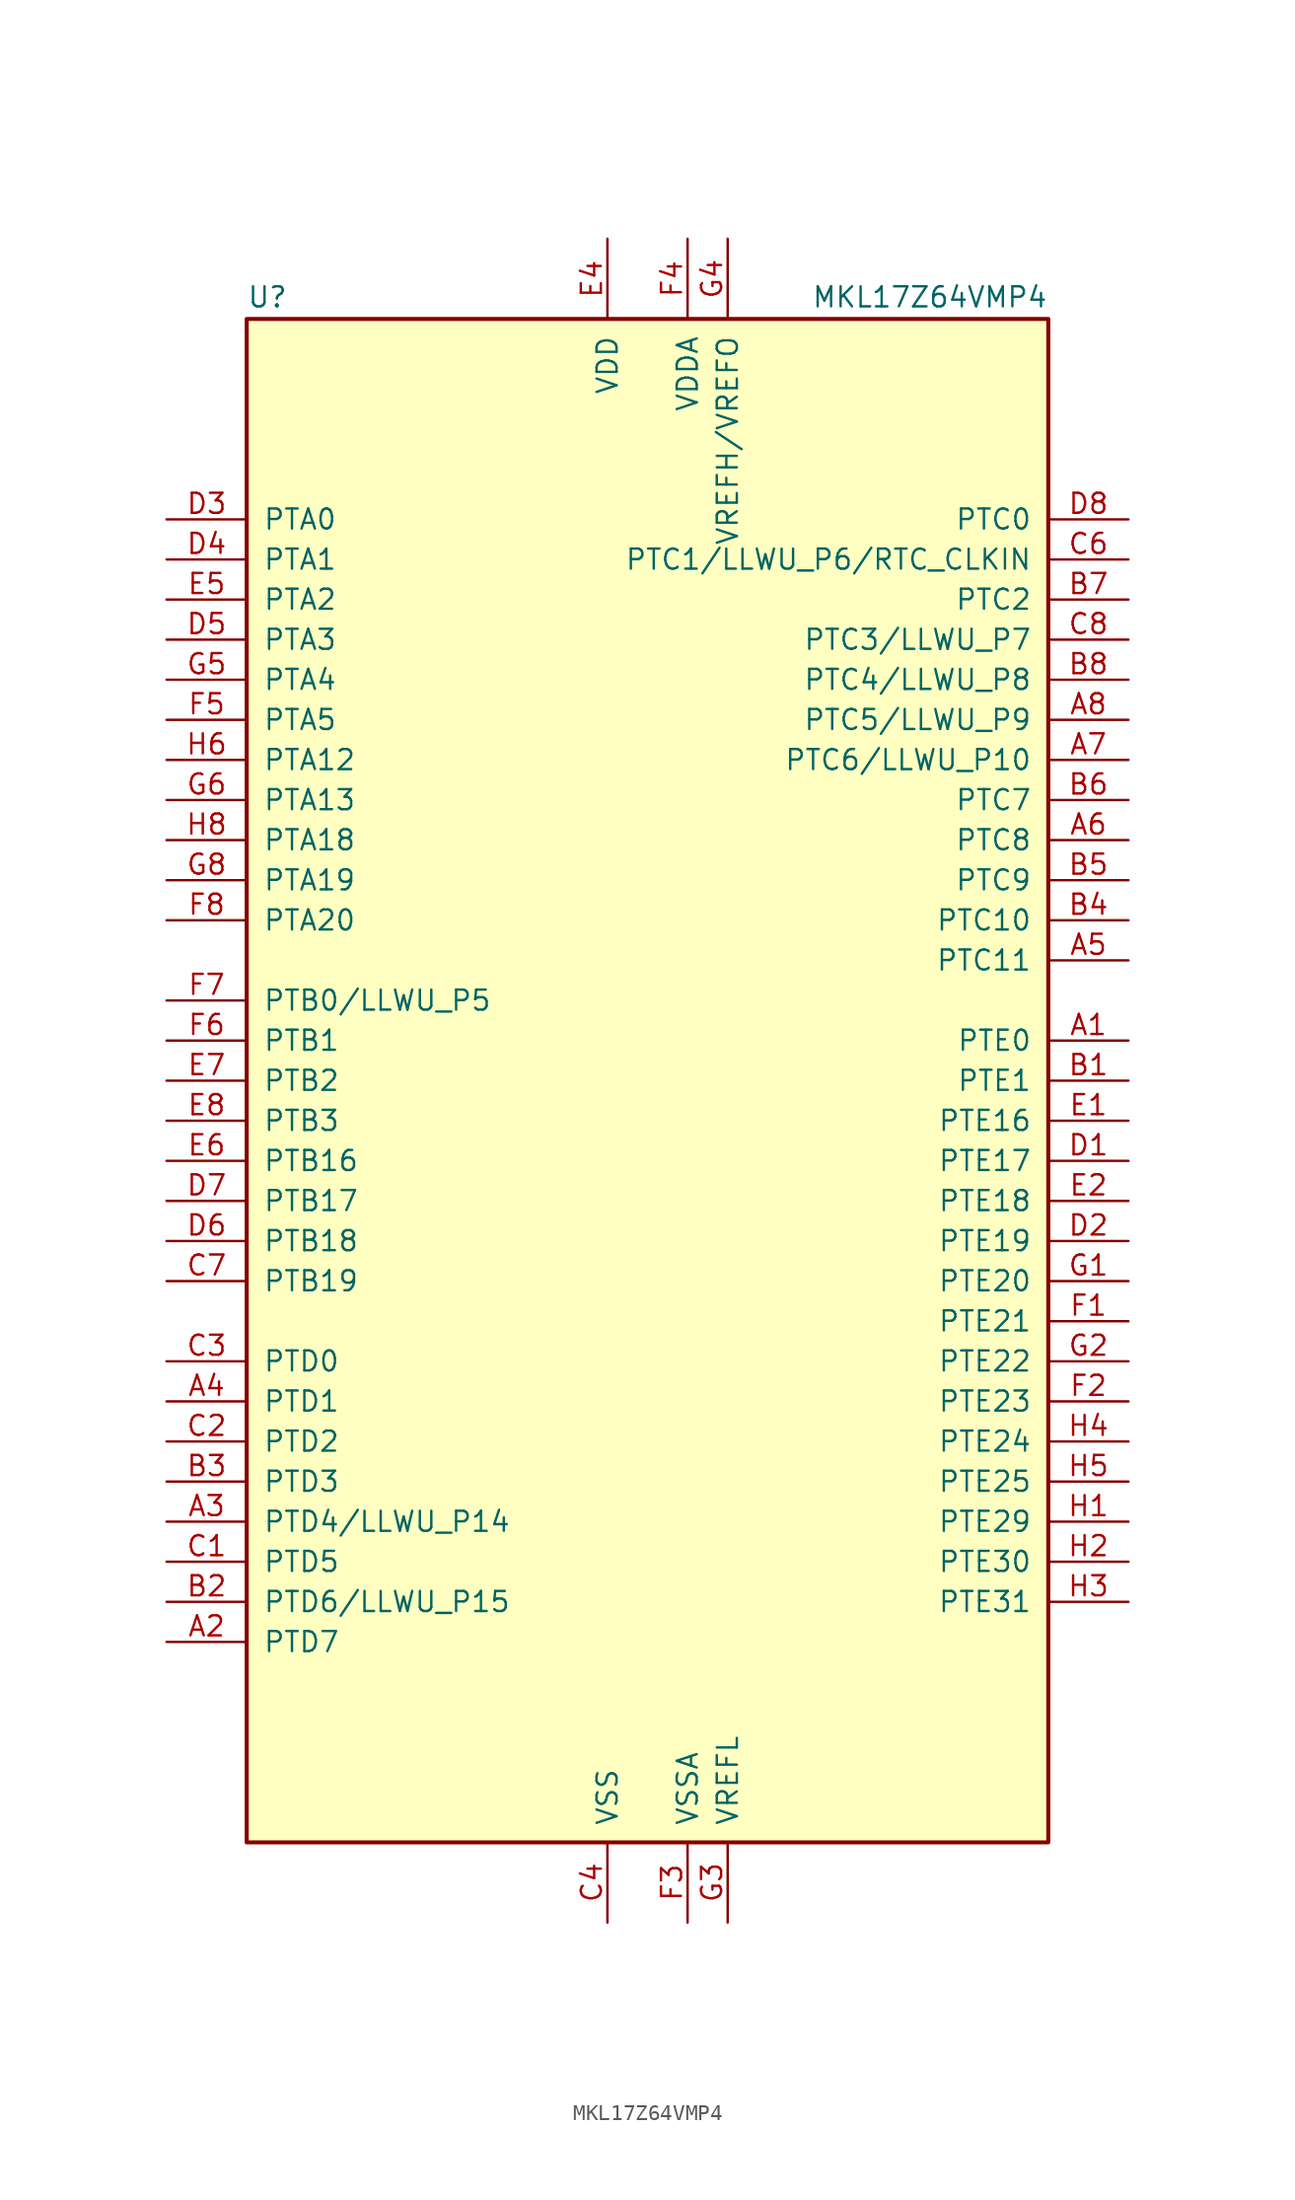
<source format=kicad_sym>
(kicad_symbol_lib
  (version 20200908)
  (generator kicad_symbol_editor)
  (symbol "MCU_NXP_Kinetis:MKL17Z64VMP4"
    (pin_names
      (offset 1.016))
    (property "Reference" "U"
      (at -25.4 48.895 0)
      (effects (font (size 1.27 1.27)) (justify left bottom)))
    (property "Value" "MKL17Z64VMP4"
      (at 25.4 48.895 0)
      (effects (font (size 1.27 1.27)) (justify right bottom)))
    (symbol "MKL17Z64VMP4_0_1"
      (rectangle (start -25.4 48.26) (end 25.4 -48.26) (stroke (width 0.254)) (fill (type background))))
    (symbol "MKL17Z64VMP4_1_1"
      (pin bidirectional line (at 30.48 2.54 180) (length 5.08) (name "PTE0" (effects (font (size 1.27 1.27)))) (number "A1" (effects (font (size 1.27 1.27)))))
      (pin bidirectional line (at -30.48 -35.56 0) (length 5.08) (name "PTD7" (effects (font (size 1.27 1.27)))) (number "A2" (effects (font (size 1.27 1.27)))))
      (pin bidirectional line (at -30.48 -27.94 0) (length 5.08) (name "PTD4/LLWU_P14" (effects (font (size 1.27 1.27)))) (number "A3" (effects (font (size 1.27 1.27)))))
      (pin bidirectional line (at -30.48 -20.32 0) (length 5.08) (name "PTD1" (effects (font (size 1.27 1.27)))) (number "A4" (effects (font (size 1.27 1.27)))))
      (pin bidirectional line (at 30.48 7.62 180) (length 5.08) (name "PTC11" (effects (font (size 1.27 1.27)))) (number "A5" (effects (font (size 1.27 1.27)))))
      (pin bidirectional line (at 30.48 15.24 180) (length 5.08) (name "PTC8" (effects (font (size 1.27 1.27)))) (number "A6" (effects (font (size 1.27 1.27)))))
      (pin bidirectional line (at 30.48 20.32 180) (length 5.08) (name "PTC6/LLWU_P10" (effects (font (size 1.27 1.27)))) (number "A7" (effects (font (size 1.27 1.27)))))
      (pin bidirectional line (at 30.48 22.86 180) (length 5.08) (name "PTC5/LLWU_P9" (effects (font (size 1.27 1.27)))) (number "A8" (effects (font (size 1.27 1.27)))))
      (pin bidirectional line (at 30.48 0 180) (length 5.08) (name "PTE1" (effects (font (size 1.27 1.27)))) (number "B1" (effects (font (size 1.27 1.27)))))
      (pin bidirectional line (at -30.48 -33.02 0) (length 5.08) (name "PTD6/LLWU_P15" (effects (font (size 1.27 1.27)))) (number "B2" (effects (font (size 1.27 1.27)))))
      (pin bidirectional line (at -30.48 -25.4 0) (length 5.08) (name "PTD3" (effects (font (size 1.27 1.27)))) (number "B3" (effects (font (size 1.27 1.27)))))
      (pin bidirectional line (at 30.48 10.16 180) (length 5.08) (name "PTC10" (effects (font (size 1.27 1.27)))) (number "B4" (effects (font (size 1.27 1.27)))))
      (pin bidirectional line (at 30.48 12.7 180) (length 5.08) (name "PTC9" (effects (font (size 1.27 1.27)))) (number "B5" (effects (font (size 1.27 1.27)))))
      (pin bidirectional line (at 30.48 17.78 180) (length 5.08) (name "PTC7" (effects (font (size 1.27 1.27)))) (number "B6" (effects (font (size 1.27 1.27)))))
      (pin bidirectional line (at 30.48 30.48 180) (length 5.08) (name "PTC2" (effects (font (size 1.27 1.27)))) (number "B7" (effects (font (size 1.27 1.27)))))
      (pin bidirectional line (at 30.48 25.4 180) (length 5.08) (name "PTC4/LLWU_P8" (effects (font (size 1.27 1.27)))) (number "B8" (effects (font (size 1.27 1.27)))))
      (pin bidirectional line (at -30.48 -30.48 0) (length 5.08) (name "PTD5" (effects (font (size 1.27 1.27)))) (number "C1" (effects (font (size 1.27 1.27)))))
      (pin bidirectional line (at -30.48 -22.86 0) (length 5.08) (name "PTD2" (effects (font (size 1.27 1.27)))) (number "C2" (effects (font (size 1.27 1.27)))))
      (pin bidirectional line (at -30.48 -17.78 0) (length 5.08) (name "PTD0" (effects (font (size 1.27 1.27)))) (number "C3" (effects (font (size 1.27 1.27)))))
      (pin power_in line (at -2.54 -53.34 90) (length 5.08) (name "VSS" (effects (font (size 1.27 1.27)))) (number "C4" (effects (font (size 1.27 1.27)))))
      (pin unconnected line (at -15.24 -53.34 90) (length 5.08) hide (name "NC" (effects (font (size 1.27 1.27)))) (number "C5" (effects (font (size 1.27 1.27)))))
      (pin bidirectional line (at 30.48 33.02 180) (length 5.08) (name "PTC1/LLWU_P6/RTC_CLKIN" (effects (font (size 1.27 1.27)))) (number "C6" (effects (font (size 1.27 1.27)))))
      (pin bidirectional line (at -30.48 -12.7 0) (length 5.08) (name "PTB19" (effects (font (size 1.27 1.27)))) (number "C7" (effects (font (size 1.27 1.27)))))
      (pin bidirectional line (at 30.48 27.94 180) (length 5.08) (name "PTC3/LLWU_P7" (effects (font (size 1.27 1.27)))) (number "C8" (effects (font (size 1.27 1.27)))))
      (pin bidirectional line (at 30.48 -5.08 180) (length 5.08) (name "PTE17" (effects (font (size 1.27 1.27)))) (number "D1" (effects (font (size 1.27 1.27)))))
      (pin bidirectional line (at 30.48 -10.16 180) (length 5.08) (name "PTE19" (effects (font (size 1.27 1.27)))) (number "D2" (effects (font (size 1.27 1.27)))))
      (pin bidirectional line (at -30.48 35.56 0) (length 5.08) (name "PTA0" (effects (font (size 1.27 1.27)))) (number "D3" (effects (font (size 1.27 1.27)))))
      (pin bidirectional line (at -30.48 33.02 0) (length 5.08) (name "PTA1" (effects (font (size 1.27 1.27)))) (number "D4" (effects (font (size 1.27 1.27)))))
      (pin bidirectional line (at -30.48 27.94 0) (length 5.08) (name "PTA3" (effects (font (size 1.27 1.27)))) (number "D5" (effects (font (size 1.27 1.27)))))
      (pin bidirectional line (at -30.48 -10.16 0) (length 5.08) (name "PTB18" (effects (font (size 1.27 1.27)))) (number "D6" (effects (font (size 1.27 1.27)))))
      (pin bidirectional line (at -30.48 -7.62 0) (length 5.08) (name "PTB17" (effects (font (size 1.27 1.27)))) (number "D7" (effects (font (size 1.27 1.27)))))
      (pin bidirectional line (at 30.48 35.56 180) (length 5.08) (name "PTC0" (effects (font (size 1.27 1.27)))) (number "D8" (effects (font (size 1.27 1.27)))))
      (pin bidirectional line (at 30.48 -2.54 180) (length 5.08) (name "PTE16" (effects (font (size 1.27 1.27)))) (number "E1" (effects (font (size 1.27 1.27)))))
      (pin bidirectional line (at 30.48 -7.62 180) (length 5.08) (name "PTE18" (effects (font (size 1.27 1.27)))) (number "E2" (effects (font (size 1.27 1.27)))))
      (pin passive line (at -2.54 -53.34 90) (length 5.08) hide (name "VSS" (effects (font (size 1.27 1.27)))) (number "E3" (effects (font (size 1.27 1.27)))))
      (pin power_in line (at -2.54 53.34 270) (length 5.08) (name "VDD" (effects (font (size 1.27 1.27)))) (number "E4" (effects (font (size 1.27 1.27)))))
      (pin bidirectional line (at -30.48 30.48 0) (length 5.08) (name "PTA2" (effects (font (size 1.27 1.27)))) (number "E5" (effects (font (size 1.27 1.27)))))
      (pin bidirectional line (at -30.48 -5.08 0) (length 5.08) (name "PTB16" (effects (font (size 1.27 1.27)))) (number "E6" (effects (font (size 1.27 1.27)))))
      (pin bidirectional line (at -30.48 0 0) (length 5.08) (name "PTB2" (effects (font (size 1.27 1.27)))) (number "E7" (effects (font (size 1.27 1.27)))))
      (pin bidirectional line (at -30.48 -2.54 0) (length 5.08) (name "PTB3" (effects (font (size 1.27 1.27)))) (number "E8" (effects (font (size 1.27 1.27)))))
      (pin bidirectional line (at 30.48 -15.24 180) (length 5.08) (name "PTE21" (effects (font (size 1.27 1.27)))) (number "F1" (effects (font (size 1.27 1.27)))))
      (pin bidirectional line (at 30.48 -20.32 180) (length 5.08) (name "PTE23" (effects (font (size 1.27 1.27)))) (number "F2" (effects (font (size 1.27 1.27)))))
      (pin power_in line (at 2.54 -53.34 90) (length 5.08) (name "VSSA" (effects (font (size 1.27 1.27)))) (number "F3" (effects (font (size 1.27 1.27)))))
      (pin power_in line (at 2.54 53.34 270) (length 5.08) (name "VDDA" (effects (font (size 1.27 1.27)))) (number "F4" (effects (font (size 1.27 1.27)))))
      (pin bidirectional line (at -30.48 22.86 0) (length 5.08) (name "PTA5" (effects (font (size 1.27 1.27)))) (number "F5" (effects (font (size 1.27 1.27)))))
      (pin bidirectional line (at -30.48 2.54 0) (length 5.08) (name "PTB1" (effects (font (size 1.27 1.27)))) (number "F6" (effects (font (size 1.27 1.27)))))
      (pin bidirectional line (at -30.48 5.08 0) (length 5.08) (name "PTB0/LLWU_P5" (effects (font (size 1.27 1.27)))) (number "F7" (effects (font (size 1.27 1.27)))))
      (pin bidirectional line (at -30.48 10.16 0) (length 5.08) (name "PTA20" (effects (font (size 1.27 1.27)))) (number "F8" (effects (font (size 1.27 1.27)))))
      (pin bidirectional line (at 30.48 -12.7 180) (length 5.08) (name "PTE20" (effects (font (size 1.27 1.27)))) (number "G1" (effects (font (size 1.27 1.27)))))
      (pin bidirectional line (at 30.48 -17.78 180) (length 5.08) (name "PTE22" (effects (font (size 1.27 1.27)))) (number "G2" (effects (font (size 1.27 1.27)))))
      (pin power_in line (at 5.08 -53.34 90) (length 5.08) (name "VREFL" (effects (font (size 1.27 1.27)))) (number "G3" (effects (font (size 1.27 1.27)))))
      (pin power_in line (at 5.08 53.34 270) (length 5.08) (name "VREFH/VREFO" (effects (font (size 1.27 1.27)))) (number "G4" (effects (font (size 1.27 1.27)))))
      (pin bidirectional line (at -30.48 25.4 0) (length 5.08) (name "PTA4" (effects (font (size 1.27 1.27)))) (number "G5" (effects (font (size 1.27 1.27)))))
      (pin bidirectional line (at -30.48 17.78 0) (length 5.08) (name "PTA13" (effects (font (size 1.27 1.27)))) (number "G6" (effects (font (size 1.27 1.27)))))
      (pin passive line (at -2.54 53.34 270) (length 5.08) hide (name "VDD" (effects (font (size 1.27 1.27)))) (number "G7" (effects (font (size 1.27 1.27)))))
      (pin bidirectional line (at -30.48 12.7 0) (length 5.08) (name "PTA19" (effects (font (size 1.27 1.27)))) (number "G8" (effects (font (size 1.27 1.27)))))
      (pin bidirectional line (at 30.48 -27.94 180) (length 5.08) (name "PTE29" (effects (font (size 1.27 1.27)))) (number "H1" (effects (font (size 1.27 1.27)))))
      (pin bidirectional line (at 30.48 -30.48 180) (length 5.08) (name "PTE30" (effects (font (size 1.27 1.27)))) (number "H2" (effects (font (size 1.27 1.27)))))
      (pin bidirectional line (at 30.48 -33.02 180) (length 5.08) (name "PTE31" (effects (font (size 1.27 1.27)))) (number "H3" (effects (font (size 1.27 1.27)))))
      (pin bidirectional line (at 30.48 -22.86 180) (length 5.08) (name "PTE24" (effects (font (size 1.27 1.27)))) (number "H4" (effects (font (size 1.27 1.27)))))
      (pin bidirectional line (at 30.48 -25.4 180) (length 5.08) (name "PTE25" (effects (font (size 1.27 1.27)))) (number "H5" (effects (font (size 1.27 1.27)))))
      (pin bidirectional line (at -30.48 20.32 0) (length 5.08) (name "PTA12" (effects (font (size 1.27 1.27)))) (number "H6" (effects (font (size 1.27 1.27)))))
      (pin passive line (at -2.54 -53.34 90) (length 5.08) hide (name "VSS" (effects (font (size 1.27 1.27)))) (number "H7" (effects (font (size 1.27 1.27)))))
      (pin bidirectional line (at -30.48 15.24 0) (length 5.08) (name "PTA18" (effects (font (size 1.27 1.27)))) (number "H8" (effects (font (size 1.27 1.27))))))))
</source>
